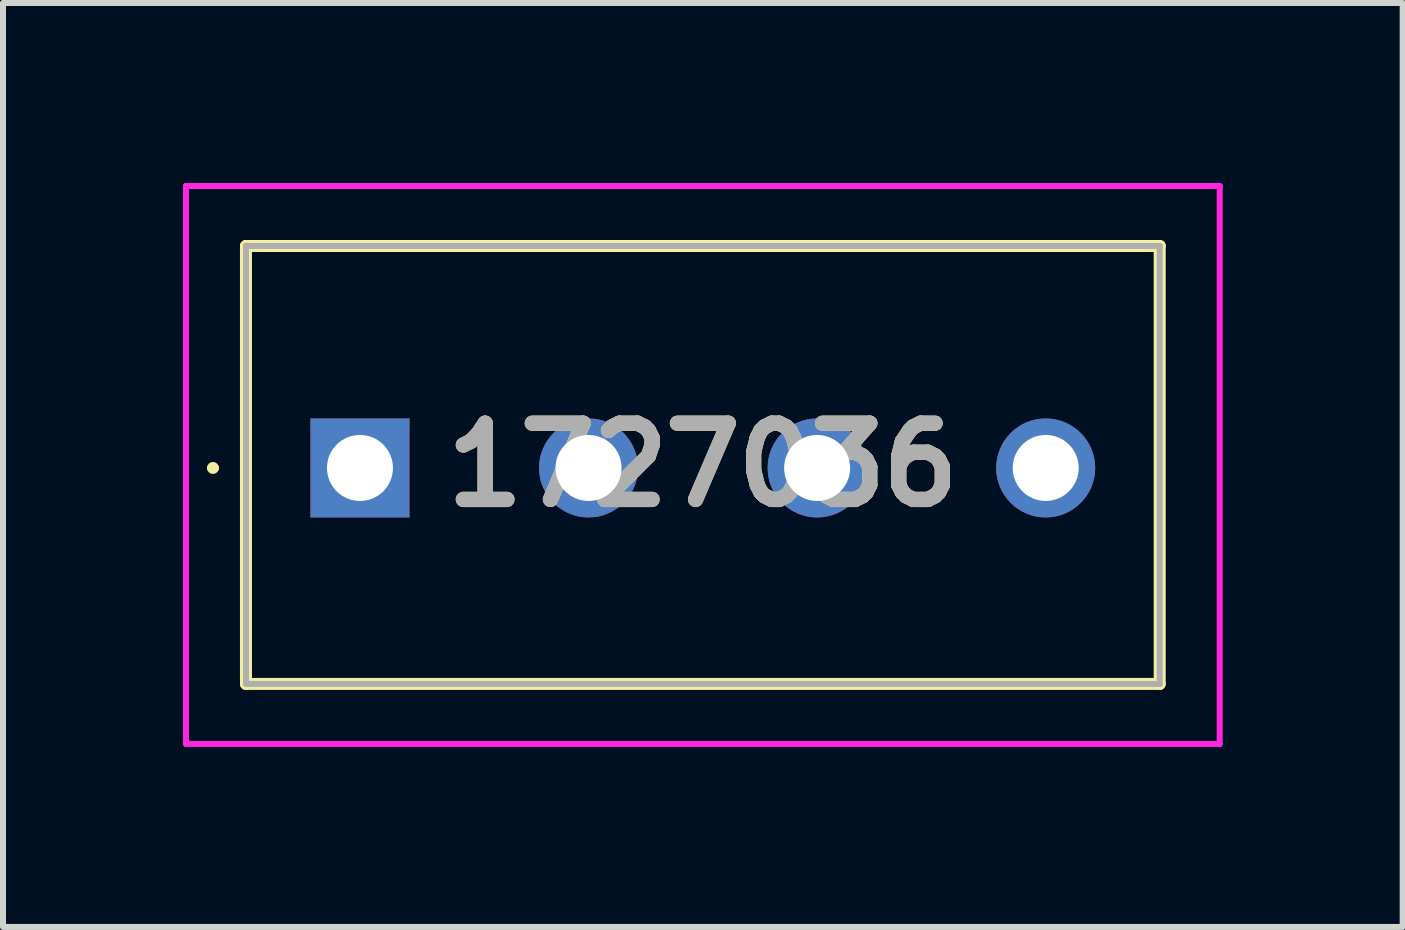
<source format=kicad_pcb>
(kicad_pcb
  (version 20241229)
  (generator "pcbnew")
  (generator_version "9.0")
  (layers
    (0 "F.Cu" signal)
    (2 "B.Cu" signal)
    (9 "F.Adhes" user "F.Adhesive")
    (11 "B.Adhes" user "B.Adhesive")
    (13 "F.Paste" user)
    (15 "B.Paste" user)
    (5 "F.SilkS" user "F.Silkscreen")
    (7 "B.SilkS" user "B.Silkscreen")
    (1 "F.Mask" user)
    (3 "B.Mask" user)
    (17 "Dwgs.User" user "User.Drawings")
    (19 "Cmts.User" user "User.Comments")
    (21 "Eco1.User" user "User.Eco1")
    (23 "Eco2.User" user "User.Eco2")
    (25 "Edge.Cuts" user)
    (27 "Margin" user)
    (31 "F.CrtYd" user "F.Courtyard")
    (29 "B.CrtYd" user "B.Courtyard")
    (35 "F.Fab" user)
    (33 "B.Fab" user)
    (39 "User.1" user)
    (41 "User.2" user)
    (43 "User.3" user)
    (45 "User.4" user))
  (footprint "1727036"
    (layer "F.Cu")
    (at 2.95 4.75)
    (property "Reference" "1727036" (at 5.715 -0.05 0) (layer "F.SilkS") (effects (font (size 1.27 1.27) (thickness 0.254))))
    (attr through_hole)
    (fp_line (start -2.5 0) (end -2.5 0) (stroke (width 0.1) (type solid)) (layer "F.SilkS"))
    (fp_line (start -2.4 0) (end -2.4 0) (stroke (width 0.1) (type solid)) (layer "F.SilkS"))
    (fp_line (start -1.9 -3.7) (end 13.33 -3.7) (stroke (width 0.2) (type solid)) (layer "F.SilkS"))
    (fp_line (start -1.9 3.6) (end -1.9 -3.7) (stroke (width 0.2) (type solid)) (layer "F.SilkS"))
    (fp_line (start 13.33 -3.7) (end 13.33 3.6) (stroke (width 0.2) (type solid)) (layer "F.SilkS"))
    (fp_line (start 13.33 3.6) (end -1.9 3.6) (stroke (width 0.2) (type solid)) (layer "F.SilkS"))
    (fp_arc (start -2.5 0) (mid -2.45 -0.05) (end -2.4 0) (stroke (width 0.1) (type solid)) (layer "F.SilkS"))
    (fp_arc (start -2.4 0) (mid -2.45 0.05) (end -2.5 0) (stroke (width 0.1) (type solid)) (layer "F.SilkS"))
    (fp_line (start -2.9 -4.7) (end 14.33 -4.7) (stroke (width 0.1) (type solid)) (layer "F.CrtYd"))
    (fp_line (start -2.9 4.6) (end -2.9 -4.7) (stroke (width 0.1) (type solid)) (layer "F.CrtYd"))
    (fp_line (start 14.33 -4.7) (end 14.33 4.6) (stroke (width 0.1) (type solid)) (layer "F.CrtYd"))
    (fp_line (start 14.33 4.6) (end -2.9 4.6) (stroke (width 0.1) (type solid)) (layer "F.CrtYd"))
    (fp_line (start -1.9 -3.7) (end -1.9 3.6) (stroke (width 0.1) (type solid)) (layer "F.Fab"))
    (fp_line (start -1.9 3.6) (end 13.33 3.6) (stroke (width 0.1) (type solid)) (layer "F.Fab"))
    (fp_line (start 13.33 -3.7) (end -1.9 -3.7) (stroke (width 0.1) (type solid)) (layer "F.Fab"))
    (fp_line (start 13.33 3.6) (end 13.33 -3.7) (stroke (width 0.1) (type solid)) (layer "F.Fab"))
    (fp_text user "${REFERENCE}" (at 5.715 -0.05 0) (layer "F.Fab") (effects (font (size 1.27 1.27) (thickness 0.254))))
    (pad "1" thru_hole rect (at 0 0) (size 1.65 1.65) (drill 1.1) (layers "*.Cu" "*.Mask"))
    (pad "2" thru_hole circle (at 3.81 0) (size 1.65 1.65) (drill 1.1) (layers "*.Cu" "*.Mask"))
    (pad "3" thru_hole circle (at 7.62 0) (size 1.65 1.65) (drill 1.1) (layers "*.Cu" "*.Mask"))
    (pad "4" thru_hole circle (at 11.43 0) (size 1.65 1.65) (drill 1.1) (layers "*.Cu" "*.Mask")))
  (gr_rect
    (start -3 -3)
    (end 20.33 12.4)
    (stroke (width 0.1) (type default))
    (fill no)
    (layer "Edge.Cuts")))
</source>
